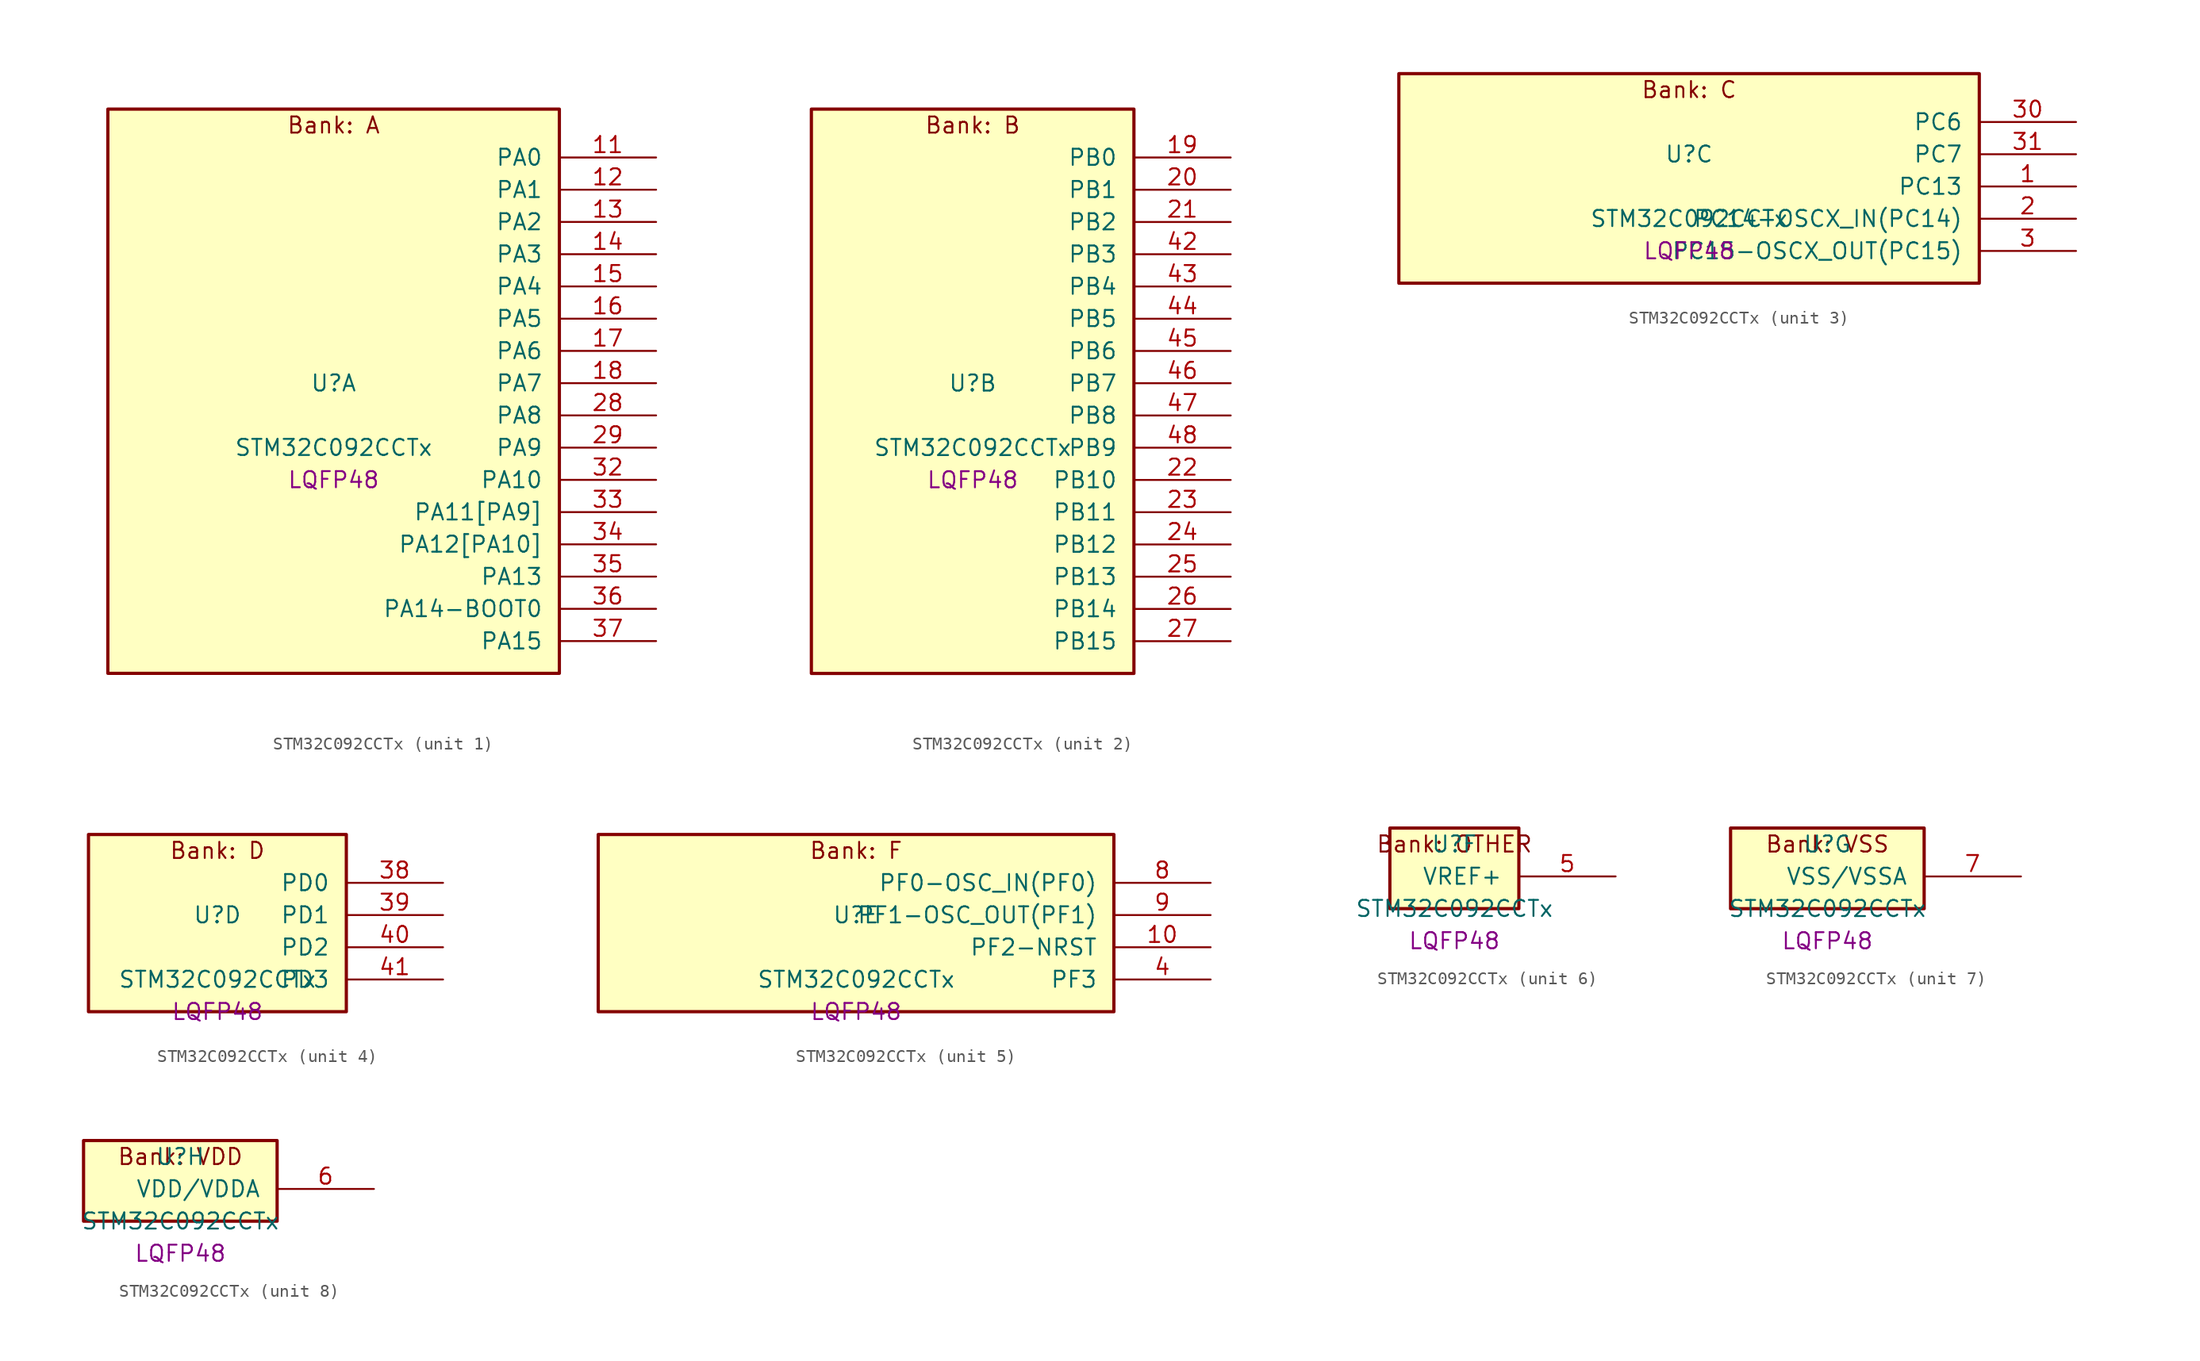
<source format=kicad_sym>
(kicad_symbol_lib
  (version 20241209)
  (generator "stm32_pkl_generator")
  (generator_version "1.0")
  (symbol "STM32C092CCTx"
    (pin_names
      (offset 1.27))
    (property "Reference" "U"
      (at 0 2.54 0))
    (property "Value" "STM32C092CCTx"
      (at 0 -2.54 0))
    (property "Footprint" "LQFP48"
      (at 0 -5.08 0))
    (symbol "STM32C092CCTx_1_1"
      (rectangle (start -17.78 24.13) (end 17.78 -20.32) (stroke (width 0.254) (type solid)) (fill (type background)))
      (text "Bank: A" (at 0 22.86 0))
      (pin bidirectional line (at 25.4 20.32 180) (length 7.62) (name "PA0") (number "11") (alternate "PA0/ADC1_IN0" bidirectional line) (alternate "PA0/PWR_WKUP1" bidirectional line) (alternate "PA0/SPI2_SCK" bidirectional line) (alternate "PA0/TIM16_CH1" bidirectional line) (alternate "PA0/TIM1_CH1" bidirectional line) (alternate "PA0/TIM2_CH1" bidirectional line) (alternate "PA0/TIM2_ETR" bidirectional line) (alternate "PA0/USART1_TX" bidirectional line) (alternate "PA0/USART2_CTS" bidirectional line) (alternate "PA0/USART2_NSS" bidirectional line) (alternate "PA0/USART4_TX" bidirectional line))
      (pin bidirectional line (at 25.4 17.78 180) (length 7.62) (name "PA1") (number "12") (alternate "PA1/ADC1_IN1" bidirectional line) (alternate "PA1/I2C1_SMBA" bidirectional line) (alternate "PA1/I2S1_CK" bidirectional line) (alternate "PA1/SPI1_SCK" bidirectional line) (alternate "PA1/TIM15_CH1N" bidirectional line) (alternate "PA1/TIM17_CH1" bidirectional line) (alternate "PA1/TIM1_CH2" bidirectional line) (alternate "PA1/TIM2_CH2" bidirectional line) (alternate "PA1/USART1_RX" bidirectional line) (alternate "PA1/USART2_CK" bidirectional line) (alternate "PA1/USART2_DE" bidirectional line) (alternate "PA1/USART2_RTS" bidirectional line) (alternate "PA1/USART4_RX" bidirectional line))
      (pin bidirectional line (at 25.4 15.24 180) (length 7.62) (name "PA2") (number "13") (alternate "PA2/ADC1_IN2" bidirectional line) (alternate "PA2/I2S1_SD" bidirectional line) (alternate "PA2/PWR_WKUP4" bidirectional line) (alternate "PA2/RCC_LSCO" bidirectional line) (alternate "PA2/SPI1_MOSI" bidirectional line) (alternate "PA2/TIM15_CH1" bidirectional line) (alternate "PA2/TIM16_CH1N" bidirectional line) (alternate "PA2/TIM1_CH3" bidirectional line) (alternate "PA2/TIM2_CH3" bidirectional line) (alternate "PA2/TIM3_ETR" bidirectional line) (alternate "PA2/USART2_TX" bidirectional line))
      (pin bidirectional line (at 25.4 12.7 180) (length 7.62) (name "PA3") (number "14") (alternate "PA3/ADC1_IN3" bidirectional line) (alternate "PA3/SPI2_MISO" bidirectional line) (alternate "PA3/TIM15_CH2" bidirectional line) (alternate "PA3/TIM1_CH1N" bidirectional line) (alternate "PA3/TIM1_CH4" bidirectional line) (alternate "PA3/TIM2_CH4" bidirectional line) (alternate "PA3/USART2_RX" bidirectional line))
      (pin bidirectional line (at 25.4 10.16 180) (length 7.62) (name "PA4") (number "15") (alternate "PA4/ADC1_IN4" bidirectional line) (alternate "PA4/I2S1_WS" bidirectional line) (alternate "PA4/RTC_OUT2" bidirectional line) (alternate "PA4/SPI1_NSS" bidirectional line) (alternate "PA4/SPI2_MOSI" bidirectional line) (alternate "PA4/TIM14_CH1" bidirectional line) (alternate "PA4/TIM17_CH1N" bidirectional line) (alternate "PA4/TIM1_CH2N" bidirectional line) (alternate "PA4/USART2_TX" bidirectional line))
      (pin bidirectional line (at 25.4 7.62 180) (length 7.62) (name "PA5") (number "16") (alternate "PA5/ADC1_IN5" bidirectional line) (alternate "PA5/I2S1_CK" bidirectional line) (alternate "PA5/SPI1_SCK" bidirectional line) (alternate "PA5/TIM1_CH1" bidirectional line) (alternate "PA5/TIM1_CH3N" bidirectional line) (alternate "PA5/TIM2_CH1" bidirectional line) (alternate "PA5/TIM2_ETR" bidirectional line) (alternate "PA5/USART2_RX" bidirectional line) (alternate "PA5/USART3_TX" bidirectional line))
      (pin bidirectional line (at 25.4 5.08 180) (length 7.62) (name "PA6") (number "17") (alternate "PA6/ADC1_IN6" bidirectional line) (alternate "PA6/I2C2_SDA" bidirectional line) (alternate "PA6/I2S1_MCK" bidirectional line) (alternate "PA6/SPI1_MISO" bidirectional line) (alternate "PA6/TIM16_CH1" bidirectional line) (alternate "PA6/TIM1_BKIN" bidirectional line) (alternate "PA6/TIM3_CH1" bidirectional line) (alternate "PA6/USART3_CTS" bidirectional line) (alternate "PA6/USART3_NSS" bidirectional line))
      (pin bidirectional line (at 25.4 2.54 180) (length 7.62) (name "PA7") (number "18") (alternate "PA7/ADC1_IN7" bidirectional line) (alternate "PA7/I2C2_SCL" bidirectional line) (alternate "PA7/I2S1_SD" bidirectional line) (alternate "PA7/SPI1_MOSI" bidirectional line) (alternate "PA7/TIM14_CH1" bidirectional line) (alternate "PA7/TIM17_CH1" bidirectional line) (alternate "PA7/TIM1_CH1N" bidirectional line) (alternate "PA7/TIM3_CH2" bidirectional line))
      (pin bidirectional line (at 25.4 0 180) (length 7.62) (name "PA8") (number "28") (alternate "PA8/ADC1_IN8" bidirectional line) (alternate "PA8/I2S1_WS" bidirectional line) (alternate "PA8/RCC_MCO" bidirectional line) (alternate "PA8/RCC_MCO_2" bidirectional line) (alternate "PA8/SPI1_NSS" bidirectional line) (alternate "PA8/SPI2_MISO" bidirectional line) (alternate "PA8/SPI2_NSS" bidirectional line) (alternate "PA8/TIM14_CH1" bidirectional line) (alternate "PA8/TIM1_CH1" bidirectional line) (alternate "PA8/TIM1_CH2N" bidirectional line) (alternate "PA8/TIM1_CH3N" bidirectional line) (alternate "PA8/TIM3_CH3" bidirectional line) (alternate "PA8/TIM3_CH4" bidirectional line) (alternate "PA8/USART1_RX" bidirectional line) (alternate "PA8/USART2_TX" bidirectional line))
      (pin bidirectional line (at 25.4 -2.54 180) (length 7.62) (name "PA9") (number "29") (alternate "PA9/I2C1_SCL" bidirectional line) (alternate "PA9/I2C2_SCL" bidirectional line) (alternate "PA9/RCC_MCO" bidirectional line) (alternate "PA9/SPI2_MISO" bidirectional line) (alternate "PA9/TIM15_BKIN" bidirectional line) (alternate "PA9/TIM1_CH2" bidirectional line) (alternate "PA9/TIM3_ETR" bidirectional line) (alternate "PA9/USART1_TX" bidirectional line) (alternate "PA9/NC" bidirectional line))
      (pin bidirectional line (at 25.4 -5.08 180) (length 7.62) (name "PA10") (number "32") (alternate "PA10/I2C1_SDA" bidirectional line) (alternate "PA10/I2C2_SDA" bidirectional line) (alternate "PA10/RCC_MCO_2" bidirectional line) (alternate "PA10/SPI2_MOSI" bidirectional line) (alternate "PA10/TIM17_BKIN" bidirectional line) (alternate "PA10/TIM1_CH3" bidirectional line) (alternate "PA10/USART1_RX" bidirectional line) (alternate "PA10/NC" bidirectional line))
      (pin bidirectional line (at 25.4 -7.62 180) (length 7.62) (name "PA11[PA9]") (number "33") (alternate "PA11[PA9]/ADC1_EXTI11" bidirectional line) (alternate "PA11[PA9]/FDCAN1_RX" bidirectional line) (alternate "PA11[PA9]/I2C2_SCL" bidirectional line) (alternate "PA11[PA9]/I2S1_MCK" bidirectional line) (alternate "PA11[PA9]/SPI1_MISO" bidirectional line) (alternate "PA11[PA9]/TIM1_BKIN2" bidirectional line) (alternate "PA11[PA9]/TIM1_CH4" bidirectional line) (alternate "PA11[PA9]/USART1_CTS" bidirectional line) (alternate "PA11[PA9]/USART1_NSS" bidirectional line) (alternate "PA11[PA9]/PA9[PA11]" bidirectional line) (alternate "PA11[PA9]/I2C1_SCL" bidirectional line) (alternate "PA11[PA9]/RCC_MCO" bidirectional line) (alternate "PA11[PA9]/SPI2_MISO" bidirectional line) (alternate "PA11[PA9]/TIM15_BKIN" bidirectional line) (alternate "PA11[PA9]/TIM1_CH2" bidirectional line) (alternate "PA11[PA9]/TIM3_ETR" bidirectional line) (alternate "PA11[PA9]/USART1_TX" bidirectional line))
      (pin bidirectional line (at 25.4 -10.16 180) (length 7.62) (name "PA12[PA10]") (number "34") (alternate "PA12[PA10]/FDCAN1_TX" bidirectional line) (alternate "PA12[PA10]/I2C2_SDA" bidirectional line) (alternate "PA12[PA10]/I2S1_SD" bidirectional line) (alternate "PA12[PA10]/I2S_CKIN" bidirectional line) (alternate "PA12[PA10]/SPI1_MOSI" bidirectional line) (alternate "PA12[PA10]/TIM1_ETR" bidirectional line) (alternate "PA12[PA10]/USART1_CK" bidirectional line) (alternate "PA12[PA10]/USART1_DE" bidirectional line) (alternate "PA12[PA10]/USART1_RTS" bidirectional line) (alternate "PA12[PA10]/PA10[PA12]" bidirectional line) (alternate "PA12[PA10]/I2C1_SDA" bidirectional line) (alternate "PA12[PA10]/RCC_MCO_2" bidirectional line) (alternate "PA12[PA10]/SPI2_MOSI" bidirectional line) (alternate "PA12[PA10]/TIM17_BKIN" bidirectional line) (alternate "PA12[PA10]/TIM1_CH3" bidirectional line) (alternate "PA12[PA10]/USART1_RX" bidirectional line))
      (pin bidirectional line (at 25.4 -12.7 180) (length 7.62) (name "PA13") (number "35") (alternate "PA13/ADC1_IN13" bidirectional line) (alternate "PA13/DEBUG_SWDIO" bidirectional line) (alternate "PA13/IR_OUT" bidirectional line) (alternate "PA13/TIM3_ETR" bidirectional line) (alternate "PA13/USART2_RX" bidirectional line))
      (pin bidirectional line (at 25.4 -15.24 180) (length 7.62) (name "PA14-BOOT0") (number "36") (alternate "PA14-BOOT0/ADC1_IN14" bidirectional line) (alternate "PA14-BOOT0/BOOT0" bidirectional line) (alternate "PA14-BOOT0/DEBUG_SWCLK" bidirectional line) (alternate "PA14-BOOT0/I2S1_WS" bidirectional line) (alternate "PA14-BOOT0/RCC_MCO_2" bidirectional line) (alternate "PA14-BOOT0/SPI1_NSS" bidirectional line) (alternate "PA14-BOOT0/TIM1_CH1" bidirectional line) (alternate "PA14-BOOT0/USART1_CK" bidirectional line) (alternate "PA14-BOOT0/USART1_DE" bidirectional line) (alternate "PA14-BOOT0/USART1_RTS" bidirectional line) (alternate "PA14-BOOT0/USART2_RX" bidirectional line) (alternate "PA14-BOOT0/USART2_TX" bidirectional line))
      (pin bidirectional line (at 25.4 -17.78 180) (length 7.62) (name "PA15") (number "37") (alternate "PA15/I2S1_WS" bidirectional line) (alternate "PA15/RCC_MCO_2" bidirectional line) (alternate "PA15/SPI1_NSS" bidirectional line) (alternate "PA15/TIM1_CH1" bidirectional line) (alternate "PA15/TIM2_CH1" bidirectional line) (alternate "PA15/TIM2_ETR" bidirectional line) (alternate "PA15/USART1_CK" bidirectional line) (alternate "PA15/USART1_DE" bidirectional line) (alternate "PA15/USART1_RTS" bidirectional line) (alternate "PA15/USART2_RX" bidirectional line) (alternate "PA15/USART3_CK" bidirectional line) (alternate "PA15/USART3_DE" bidirectional line) (alternate "PA15/USART3_RTS" bidirectional line) (alternate "PA15/USART4_CK" bidirectional line) (alternate "PA15/USART4_DE" bidirectional line) (alternate "PA15/USART4_RTS" bidirectional line)))
    (symbol "STM32C092CCTx_2_1"
      (rectangle (start -12.7 24.13) (end 12.7 -20.32) (stroke (width 0.254) (type solid)) (fill (type background)))
      (text "Bank: B" (at 0 22.86 0))
      (pin bidirectional line (at 20.32 20.32 180) (length 7.62) (name "PB0") (number "19") (alternate "PB0/ADC1_IN17" bidirectional line) (alternate "PB0/FDCAN1_RX" bidirectional line) (alternate "PB0/I2S1_WS" bidirectional line) (alternate "PB0/SPI1_NSS" bidirectional line) (alternate "PB0/TIM1_CH2N" bidirectional line) (alternate "PB0/TIM3_CH3" bidirectional line) (alternate "PB0/USART3_RX" bidirectional line))
      (pin bidirectional line (at 20.32 17.78 180) (length 7.62) (name "PB1") (number "20") (alternate "PB1/ADC1_IN18" bidirectional line) (alternate "PB1/FDCAN1_TX" bidirectional line) (alternate "PB1/TIM14_CH1" bidirectional line) (alternate "PB1/TIM1_CH2N" bidirectional line) (alternate "PB1/TIM1_CH3N" bidirectional line) (alternate "PB1/TIM3_CH4" bidirectional line) (alternate "PB1/USART3_CK" bidirectional line) (alternate "PB1/USART3_DE" bidirectional line) (alternate "PB1/USART3_RTS" bidirectional line))
      (pin bidirectional line (at 20.32 15.24 180) (length 7.62) (name "PB2") (number "21") (alternate "PB2/ADC1_IN19" bidirectional line) (alternate "PB2/RCC_MCO_2" bidirectional line) (alternate "PB2/SPI2_MISO" bidirectional line) (alternate "PB2/USART1_RX" bidirectional line) (alternate "PB2/USART3_TX" bidirectional line))
      (pin bidirectional line (at 20.32 12.7 180) (length 7.62) (name "PB3") (number "42") (alternate "PB3/I2C2_SCL" bidirectional line) (alternate "PB3/I2S1_CK" bidirectional line) (alternate "PB3/SPI1_SCK" bidirectional line) (alternate "PB3/TIM1_CH2" bidirectional line) (alternate "PB3/TIM2_CH2" bidirectional line) (alternate "PB3/TIM3_CH2" bidirectional line) (alternate "PB3/USART1_CK" bidirectional line) (alternate "PB3/USART1_DE" bidirectional line) (alternate "PB3/USART1_RTS" bidirectional line))
      (pin bidirectional line (at 20.32 10.16 180) (length 7.62) (name "PB4") (number "43") (alternate "PB4/I2C2_SDA" bidirectional line) (alternate "PB4/I2S1_MCK" bidirectional line) (alternate "PB4/SPI1_MISO" bidirectional line) (alternate "PB4/TIM17_BKIN" bidirectional line) (alternate "PB4/TIM3_CH1" bidirectional line) (alternate "PB4/USART1_CTS" bidirectional line) (alternate "PB4/USART1_NSS" bidirectional line))
      (pin bidirectional line (at 20.32 7.62 180) (length 7.62) (name "PB5") (number "44") (alternate "PB5/FDCAN1_RX" bidirectional line) (alternate "PB5/I2C1_SMBA" bidirectional line) (alternate "PB5/I2S1_SD" bidirectional line) (alternate "PB5/PWR_WKUP6" bidirectional line) (alternate "PB5/SPI1_MOSI" bidirectional line) (alternate "PB5/TIM16_BKIN" bidirectional line) (alternate "PB5/TIM3_CH2" bidirectional line) (alternate "PB5/TIM3_CH3" bidirectional line))
      (pin bidirectional line (at 20.32 5.08 180) (length 7.62) (name "PB6") (number "45") (alternate "PB6/FDCAN1_TX" bidirectional line) (alternate "PB6/I2C1_SCL" bidirectional line) (alternate "PB6/I2C1_SMBA" bidirectional line) (alternate "PB6/I2S1_CK" bidirectional line) (alternate "PB6/I2S1_MCK" bidirectional line) (alternate "PB6/I2S1_SD" bidirectional line) (alternate "PB6/PWR_WKUP3" bidirectional line) (alternate "PB6/SPI1_MISO" bidirectional line) (alternate "PB6/SPI1_MOSI" bidirectional line) (alternate "PB6/SPI1_SCK" bidirectional line) (alternate "PB6/SPI2_MISO" bidirectional line) (alternate "PB6/TIM16_BKIN" bidirectional line) (alternate "PB6/TIM16_CH1N" bidirectional line) (alternate "PB6/TIM1_CH2" bidirectional line) (alternate "PB6/TIM1_CH3" bidirectional line) (alternate "PB6/TIM3_CH1" bidirectional line) (alternate "PB6/TIM3_CH2" bidirectional line) (alternate "PB6/TIM3_CH3" bidirectional line) (alternate "PB6/USART1_CTS" bidirectional line) (alternate "PB6/USART1_NSS" bidirectional line) (alternate "PB6/USART1_TX" bidirectional line))
      (pin bidirectional line (at 20.32 2.54 180) (length 7.62) (name "PB7") (number "46") (alternate "PB7/I2C1_SCL" bidirectional line) (alternate "PB7/I2C1_SDA" bidirectional line) (alternate "PB7/SPI2_MOSI" bidirectional line) (alternate "PB7/TIM16_CH1" bidirectional line) (alternate "PB7/TIM17_CH1N" bidirectional line) (alternate "PB7/TIM1_CH4" bidirectional line) (alternate "PB7/TIM3_CH1" bidirectional line) (alternate "PB7/TIM3_CH4" bidirectional line) (alternate "PB7/USART1_RX" bidirectional line) (alternate "PB7/USART2_CTS" bidirectional line) (alternate "PB7/USART2_NSS" bidirectional line) (alternate "PB7/USART4_CTS" bidirectional line) (alternate "PB7/USART4_NSS" bidirectional line))
      (pin bidirectional line (at 20.32 0 180) (length 7.62) (name "PB8") (number "47") (alternate "PB8/FDCAN1_RX" bidirectional line) (alternate "PB8/I2C1_SCL" bidirectional line) (alternate "PB8/SPI2_SCK" bidirectional line) (alternate "PB8/TIM15_BKIN" bidirectional line) (alternate "PB8/TIM16_CH1" bidirectional line) (alternate "PB8/TIM3_CH1" bidirectional line) (alternate "PB8/USART2_CTS" bidirectional line) (alternate "PB8/USART2_NSS" bidirectional line) (alternate "PB8/USART3_TX" bidirectional line))
      (pin bidirectional line (at 20.32 -2.54 180) (length 7.62) (name "PB9") (number "48") (alternate "PB9/FDCAN1_TX" bidirectional line) (alternate "PB9/I2C1_SDA" bidirectional line) (alternate "PB9/IR_OUT" bidirectional line) (alternate "PB9/SPI2_NSS" bidirectional line) (alternate "PB9/TIM17_CH1" bidirectional line) (alternate "PB9/TIM3_CH2" bidirectional line) (alternate "PB9/USART2_CK" bidirectional line) (alternate "PB9/USART2_DE" bidirectional line) (alternate "PB9/USART2_RTS" bidirectional line) (alternate "PB9/USART3_RX" bidirectional line))
      (pin bidirectional line (at 20.32 -5.08 180) (length 7.62) (name "PB10") (number "22") (alternate "PB10/ADC1_IN20" bidirectional line) (alternate "PB10/I2C2_SCL" bidirectional line) (alternate "PB10/SPI2_SCK" bidirectional line) (alternate "PB10/TIM2_CH3" bidirectional line) (alternate "PB10/USART3_TX" bidirectional line))
      (pin bidirectional line (at 20.32 -7.62 180) (length 7.62) (name "PB11") (number "23") (alternate "PB11/ADC1_EXTI11" bidirectional line) (alternate "PB11/ADC1_IN21" bidirectional line) (alternate "PB11/I2C2_SDA" bidirectional line) (alternate "PB11/SPI2_MOSI" bidirectional line) (alternate "PB11/TIM2_CH4" bidirectional line) (alternate "PB11/USART3_RX" bidirectional line))
      (pin bidirectional line (at 20.32 -10.16 180) (length 7.62) (name "PB12") (number "24") (alternate "PB12/ADC1_IN22" bidirectional line) (alternate "PB12/FDCAN1_RX" bidirectional line) (alternate "PB12/SPI2_NSS" bidirectional line) (alternate "PB12/TIM15_BKIN" bidirectional line) (alternate "PB12/TIM1_BKIN" bidirectional line) (alternate "PB12/TIM1_BKIN2" bidirectional line))
      (pin bidirectional line (at 20.32 -12.7 180) (length 7.62) (name "PB13") (number "25") (alternate "PB13/FDCAN1_TX" bidirectional line) (alternate "PB13/I2C2_SCL" bidirectional line) (alternate "PB13/SPI2_SCK" bidirectional line) (alternate "PB13/TIM15_CH1N" bidirectional line) (alternate "PB13/TIM1_CH1N" bidirectional line) (alternate "PB13/USART3_CTS" bidirectional line) (alternate "PB13/USART3_NSS" bidirectional line))
      (pin bidirectional line (at 20.32 -15.24 180) (length 7.62) (name "PB14") (number "26") (alternate "PB14/I2C2_SDA" bidirectional line) (alternate "PB14/SPI2_MISO" bidirectional line) (alternate "PB14/TIM15_CH1" bidirectional line) (alternate "PB14/TIM1_CH2N" bidirectional line) (alternate "PB14/USART3_CK" bidirectional line) (alternate "PB14/USART3_DE" bidirectional line) (alternate "PB14/USART3_RTS" bidirectional line))
      (pin bidirectional line (at 20.32 -17.78 180) (length 7.62) (name "PB15") (number "27") (alternate "PB15/RTC_REFIN" bidirectional line) (alternate "PB15/SPI2_MOSI" bidirectional line) (alternate "PB15/TIM15_CH1N" bidirectional line) (alternate "PB15/TIM15_CH2" bidirectional line) (alternate "PB15/TIM1_CH3N" bidirectional line)))
    (symbol "STM32C092CCTx_3_1"
      (rectangle (start -22.86 8.89) (end 22.86 -7.62) (stroke (width 0.254) (type solid)) (fill (type background)))
      (text "Bank: C" (at 0 7.62 0))
      (pin bidirectional line (at 30.48 5.08 180) (length 7.62) (name "PC6") (number "30") (alternate "PC6/TIM2_CH3" bidirectional line) (alternate "PC6/TIM3_CH1" bidirectional line))
      (pin bidirectional line (at 30.48 2.54 180) (length 7.62) (name "PC7") (number "31") (alternate "PC7/TIM2_CH4" bidirectional line) (alternate "PC7/TIM3_CH2" bidirectional line))
      (pin bidirectional line (at 30.48 0 180) (length 7.62) (name "PC13") (number "1") (alternate "PC13/PWR_WKUP2" bidirectional line) (alternate "PC13/RTC_OUT1" bidirectional line) (alternate "PC13/RTC_TS" bidirectional line) (alternate "PC13/TIM1_BKIN" bidirectional line) (alternate "PC13/TIM1_ETR" bidirectional line))
      (pin bidirectional line (at 30.48 -2.54 180) (length 7.62) (name "PC14-OSCX_IN(PC14)") (number "2") (alternate "PC14-OSCX_IN(PC14)/FDCAN1_TX" bidirectional line) (alternate "PC14-OSCX_IN(PC14)/I2C1_SDA" bidirectional line) (alternate "PC14-OSCX_IN(PC14)/IR_OUT" bidirectional line) (alternate "PC14-OSCX_IN(PC14)/RCC_OSCX_IN" bidirectional line) (alternate "PC14-OSCX_IN(PC14)/SPI2_NSS" bidirectional line) (alternate "PC14-OSCX_IN(PC14)/TIM17_CH1" bidirectional line) (alternate "PC14-OSCX_IN(PC14)/TIM1_BKIN2" bidirectional line) (alternate "PC14-OSCX_IN(PC14)/TIM1_ETR" bidirectional line) (alternate "PC14-OSCX_IN(PC14)/TIM3_CH2" bidirectional line) (alternate "PC14-OSCX_IN(PC14)/USART1_TX" bidirectional line) (alternate "PC14-OSCX_IN(PC14)/USART2_CK" bidirectional line) (alternate "PC14-OSCX_IN(PC14)/USART2_DE" bidirectional line) (alternate "PC14-OSCX_IN(PC14)/USART2_RTS" bidirectional line) (alternate "PC14-OSCX_IN(PC14)/USART3_TX" bidirectional line))
      (pin bidirectional line (at 30.48 -5.08 180) (length 7.62) (name "PC15-OSCX_OUT(PC15)") (number "3") (alternate "PC15-OSCX_OUT(PC15)/RCC_OSC32_EN" bidirectional line) (alternate "PC15-OSCX_OUT(PC15)/RCC_OSCX_OUT" bidirectional line) (alternate "PC15-OSCX_OUT(PC15)/RCC_OSC_EN" bidirectional line) (alternate "PC15-OSCX_OUT(PC15)/TIM15_BKIN" bidirectional line) (alternate "PC15-OSCX_OUT(PC15)/TIM1_ETR" bidirectional line) (alternate "PC15-OSCX_OUT(PC15)/TIM3_CH3" bidirectional line)))
    (symbol "STM32C092CCTx_4_1"
      (rectangle (start -10.16 8.89) (end 10.16 -5.08) (stroke (width 0.254) (type solid)) (fill (type background)))
      (text "Bank: D" (at 0 7.62 0))
      (pin bidirectional line (at 17.78 5.08 180) (length 7.62) (name "PD0") (number "38") (alternate "PD0/FDCAN1_RX" bidirectional line) (alternate "PD0/SPI2_NSS" bidirectional line) (alternate "PD0/TIM16_CH1" bidirectional line))
      (pin bidirectional line (at 17.78 2.54 180) (length 7.62) (name "PD1") (number "39") (alternate "PD1/FDCAN1_TX" bidirectional line) (alternate "PD1/SPI2_SCK" bidirectional line) (alternate "PD1/TIM17_CH1" bidirectional line))
      (pin bidirectional line (at 17.78 0 180) (length 7.62) (name "PD2") (number "40") (alternate "PD2/TIM1_CH1N" bidirectional line) (alternate "PD2/TIM3_ETR" bidirectional line) (alternate "PD2/USART3_CK" bidirectional line) (alternate "PD2/USART3_DE" bidirectional line) (alternate "PD2/USART3_RTS" bidirectional line))
      (pin bidirectional line (at 17.78 -2.54 180) (length 7.62) (name "PD3") (number "41") (alternate "PD3/SPI2_MISO" bidirectional line) (alternate "PD3/TIM1_CH2N" bidirectional line) (alternate "PD3/USART2_CTS" bidirectional line) (alternate "PD3/USART2_NSS" bidirectional line)))
    (symbol "STM32C092CCTx_5_1"
      (rectangle (start -20.32 8.89) (end 20.32 -5.08) (stroke (width 0.254) (type solid)) (fill (type background)))
      (text "Bank: F" (at 0 7.62 0))
      (pin bidirectional line (at 27.94 5.08 180) (length 7.62) (name "PF0-OSC_IN(PF0)") (number "8") (alternate "PF0-OSC_IN(PF0)/RCC_OSC_IN" bidirectional line) (alternate "PF0-OSC_IN(PF0)/TIM14_CH1" bidirectional line))
      (pin bidirectional line (at 27.94 2.54 180) (length 7.62) (name "PF1-OSC_OUT(PF1)") (number "9") (alternate "PF1-OSC_OUT(PF1)/RCC_OSC_EN" bidirectional line) (alternate "PF1-OSC_OUT(PF1)/RCC_OSC_OUT" bidirectional line) (alternate "PF1-OSC_OUT(PF1)/TIM15_CH1N" bidirectional line))
      (pin bidirectional line (at 27.94 0 180) (length 7.62) (name "PF2-NRST") (number "10") (alternate "PF2-NRST/RCC_MCO" bidirectional line) (alternate "PF2-NRST/TIM1_CH4" bidirectional line))
      (pin bidirectional line (at 27.94 -2.54 180) (length 7.62) (name "PF3") (number "4")))
    (symbol "STM32C092CCTx_6_1"
      (rectangle (start -5.08 3.81) (end 5.08 -2.54) (stroke (width 0.254) (type solid)) (fill (type background)))
      (text "Bank: OTHER" (at 0 2.54 0))
      (pin bidirectional line (at 12.7 0 180) (length 7.62) (name "VREF+") (number "5")))
    (symbol "STM32C092CCTx_7_1"
      (rectangle (start -7.62 3.81) (end 7.62 -2.54) (stroke (width 0.254) (type solid)) (fill (type background)))
      (text "Bank: VSS" (at 0 2.54 0))
      (pin power_in line (at 15.24 0 180) (length 7.62) (name "VSS/VSSA") (number "7")))
    (symbol "STM32C092CCTx_8_1"
      (rectangle (start -7.62 3.81) (end 7.62 -2.54) (stroke (width 0.254) (type solid)) (fill (type background)))
      (text "Bank: VDD" (at 0 2.54 0))
      (pin power_in line (at 15.24 0 180) (length 7.62) (name "VDD/VDDA") (number "6")))))
</source>
